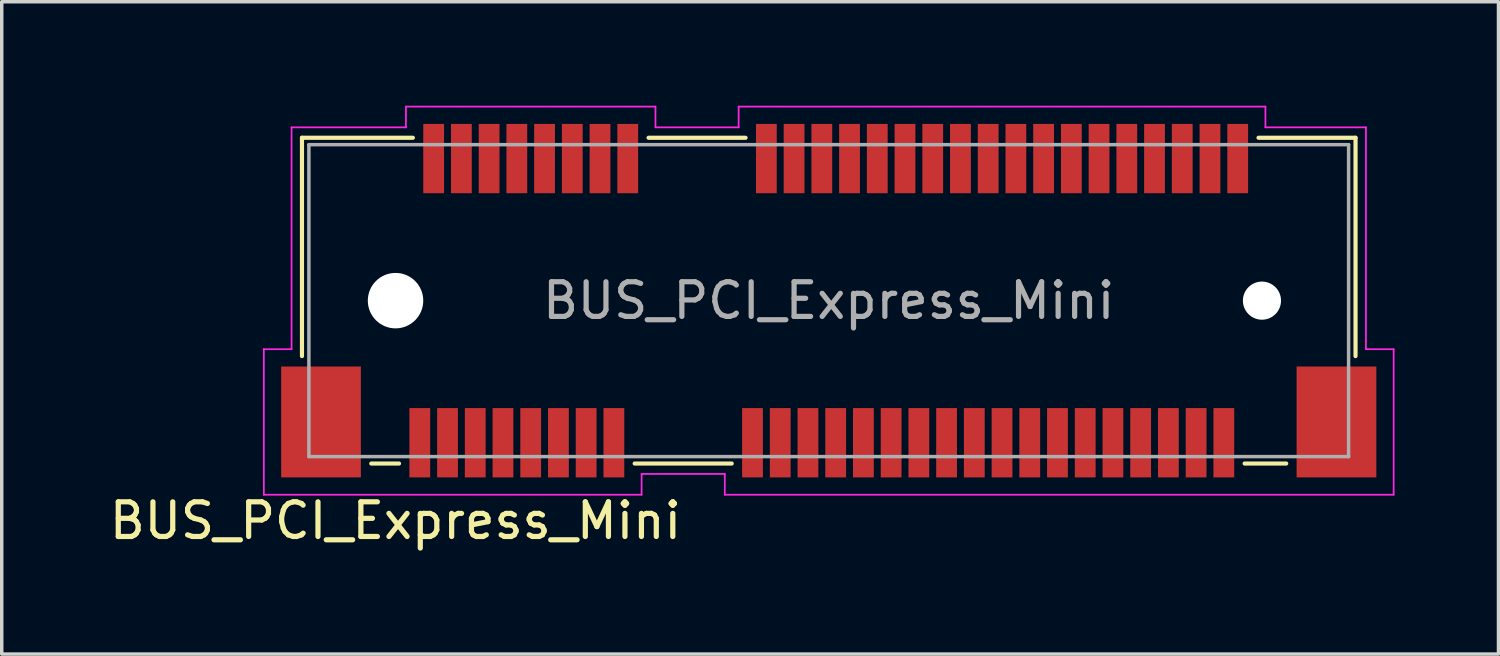
<source format=kicad_pcb>
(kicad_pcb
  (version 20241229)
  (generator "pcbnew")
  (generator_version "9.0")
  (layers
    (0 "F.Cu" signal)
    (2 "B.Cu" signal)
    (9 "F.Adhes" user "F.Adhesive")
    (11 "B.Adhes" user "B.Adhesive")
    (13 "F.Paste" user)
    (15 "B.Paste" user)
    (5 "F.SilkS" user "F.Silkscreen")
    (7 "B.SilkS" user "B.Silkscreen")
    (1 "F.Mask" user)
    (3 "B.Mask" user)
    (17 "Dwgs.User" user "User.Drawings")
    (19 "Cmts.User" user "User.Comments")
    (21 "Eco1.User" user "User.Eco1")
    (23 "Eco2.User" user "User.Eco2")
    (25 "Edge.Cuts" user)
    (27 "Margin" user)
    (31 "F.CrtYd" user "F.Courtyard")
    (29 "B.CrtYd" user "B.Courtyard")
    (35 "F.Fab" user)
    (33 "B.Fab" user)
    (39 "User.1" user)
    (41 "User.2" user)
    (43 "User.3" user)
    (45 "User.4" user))
  (footprint "BUS_PCI_Express_Mini"
    (layer "F.Cu")
    (at 20.863 5.625)
    (property "Reference" "BUS_PCI_Express_Mini" (at -12.5 6.35 180) (layer "F.SilkS") (effects (font (size 1 1) (thickness 0.15))))
    (attr smd)
    (fp_line (start -15.2 -4.7) (end -15.2 1.6) (stroke (width 0.12) (type solid)) (layer "F.SilkS"))
    (fp_line (start -13.2 4.7) (end -12.4 4.7) (stroke (width 0.12) (type solid)) (layer "F.SilkS"))
    (fp_line (start -12 -4.7) (end -15.2 -4.7) (stroke (width 0.12) (type solid)) (layer "F.SilkS"))
    (fp_line (start -5.6 4.7) (end -2.8 4.7) (stroke (width 0.12) (type solid)) (layer "F.SilkS"))
    (fp_line (start -2.4 -4.7) (end -5.2 -4.7) (stroke (width 0.12) (type solid)) (layer "F.SilkS"))
    (fp_line (start 12 4.7) (end 13.2 4.7) (stroke (width 0.12) (type solid)) (layer "F.SilkS"))
    (fp_line (start 15.2 -4.7) (end 12.4 -4.7) (stroke (width 0.12) (type solid)) (layer "F.SilkS"))
    (fp_line (start 15.2 1.6) (end 15.2 -4.7) (stroke (width 0.12) (type solid)) (layer "F.SilkS"))
    (fp_line (start -16.3 1.4) (end -15.5 1.4) (stroke (width 0.05) (type solid)) (layer "F.CrtYd"))
    (fp_line (start -16.3 5.6) (end -16.3 1.4) (stroke (width 0.05) (type solid)) (layer "F.CrtYd"))
    (fp_line (start -16.3 5.6) (end -5.4 5.6) (stroke (width 0.05) (type solid)) (layer "F.CrtYd"))
    (fp_line (start -15.5 -5) (end -12.2 -5) (stroke (width 0.05) (type default)) (layer "F.CrtYd"))
    (fp_line (start -15.5 1.4) (end -15.5 -5) (stroke (width 0.05) (type default)) (layer "F.CrtYd"))
    (fp_line (start -12.2 -5) (end -12.2 -5.6) (stroke (width 0.05) (type solid)) (layer "F.CrtYd"))
    (fp_line (start -5.4 5) (end -5.4 5.6) (stroke (width 0.05) (type solid)) (layer "F.CrtYd"))
    (fp_line (start -5.4 5) (end -3 5) (stroke (width 0.05) (type solid)) (layer "F.CrtYd"))
    (fp_line (start -5 -5.6) (end -12.2 -5.6) (stroke (width 0.05) (type solid)) (layer "F.CrtYd"))
    (fp_line (start -5 -5) (end -5 -5.6) (stroke (width 0.05) (type solid)) (layer "F.CrtYd"))
    (fp_line (start -5 -5) (end -2.6 -5) (stroke (width 0.05) (type default)) (layer "F.CrtYd"))
    (fp_line (start -3 5) (end -3 5.6) (stroke (width 0.05) (type solid)) (layer "F.CrtYd"))
    (fp_line (start -3 5.6) (end 16.3 5.6) (stroke (width 0.05) (type solid)) (layer "F.CrtYd"))
    (fp_line (start -2.6 -5.6) (end 12.6 -5.6) (stroke (width 0.05) (type solid)) (layer "F.CrtYd"))
    (fp_line (start -2.6 -5) (end -2.6 -5.6) (stroke (width 0.05) (type solid)) (layer "F.CrtYd"))
    (fp_line (start 12.6 -5) (end 12.6 -5.6) (stroke (width 0.05) (type solid)) (layer "F.CrtYd"))
    (fp_line (start 12.6 -5) (end 15.5 -5) (stroke (width 0.05) (type default)) (layer "F.CrtYd"))
    (fp_line (start 15.5 1.4) (end 15.5 -5) (stroke (width 0.05) (type default)) (layer "F.CrtYd"))
    (fp_line (start 15.5 1.4) (end 16.3 1.4) (stroke (width 0.05) (type solid)) (layer "F.CrtYd"))
    (fp_line (start 16.3 1.4) (end 16.3 5.6) (stroke (width 0.05) (type solid)) (layer "F.CrtYd"))
    (fp_line (start -15 -4.5) (end -15 4.5) (stroke (width 0.1) (type solid)) (layer "F.Fab"))
    (fp_line (start -15 4.5) (end 15 4.5) (stroke (width 0.1) (type solid)) (layer "F.Fab"))
    (fp_line (start 15 -4.5) (end -15 -4.5) (stroke (width 0.1) (type solid)) (layer "F.Fab"))
    (fp_line (start 15 4.5) (end 15 -4.5) (stroke (width 0.1) (type solid)) (layer "F.Fab"))
    (fp_text user "${REFERENCE}" (at 0 0 0) (layer "F.Fab") (effects (font (size 1 1) (thickness 0.15))))
    (pad "" np_thru_hole circle (at -12.5 0) (size 1.6 1.6) (drill 1.6) (layers "*.Cu" "*.Mask"))
    (pad "" np_thru_hole circle (at 12.5 0) (size 1.1 1.1) (drill 1.1) (layers "*.Cu" "*.Mask"))
    (pad "1" smd rect (at -11.8 4.1) (size 0.6 2) (layers "F.Cu" "F.Mask" "F.Paste"))
    (pad "2" smd rect (at -11.4 -4.1) (size 0.6 2) (layers "F.Cu" "F.Mask" "F.Paste"))
    (pad "3" smd rect (at -11 4.1) (size 0.6 2) (layers "F.Cu" "F.Mask" "F.Paste"))
    (pad "4" smd rect (at -10.6 -4.1) (size 0.6 2) (layers "F.Cu" "F.Mask" "F.Paste"))
    (pad "5" smd rect (at -10.2 4.1) (size 0.6 2) (layers "F.Cu" "F.Mask" "F.Paste"))
    (pad "6" smd rect (at -9.8 -4.1) (size 0.6 2) (layers "F.Cu" "F.Mask" "F.Paste"))
    (pad "7" smd rect (at -9.4 4.1) (size 0.6 2) (layers "F.Cu" "F.Mask" "F.Paste"))
    (pad "8" smd rect (at -9 -4.1) (size 0.6 2) (layers "F.Cu" "F.Mask" "F.Paste"))
    (pad "9" smd rect (at -8.6 4.1) (size 0.6 2) (layers "F.Cu" "F.Mask" "F.Paste"))
    (pad "10" smd rect (at -8.2 -4.1) (size 0.6 2) (layers "F.Cu" "F.Mask" "F.Paste"))
    (pad "11" smd rect (at -7.8 4.1) (size 0.6 2) (layers "F.Cu" "F.Mask" "F.Paste"))
    (pad "12" smd rect (at -7.4 -4.1) (size 0.6 2) (layers "F.Cu" "F.Mask" "F.Paste"))
    (pad "13" smd rect (at -7 4.1) (size 0.6 2) (layers "F.Cu" "F.Mask" "F.Paste"))
    (pad "14" smd rect (at -6.6 -4.1) (size 0.6 2) (layers "F.Cu" "F.Mask" "F.Paste"))
    (pad "15" smd rect (at -6.2 4.1) (size 0.6 2) (layers "F.Cu" "F.Mask" "F.Paste"))
    (pad "16" smd rect (at -5.8 -4.1) (size 0.6 2) (layers "F.Cu" "F.Mask" "F.Paste"))
    (pad "17" smd rect (at -2.2 4.1) (size 0.6 2) (layers "F.Cu" "F.Mask" "F.Paste"))
    (pad "18" smd rect (at -1.8 -4.1) (size 0.6 2) (layers "F.Cu" "F.Mask" "F.Paste"))
    (pad "19" smd rect (at -1.4 4.1) (size 0.6 2) (layers "F.Cu" "F.Mask" "F.Paste"))
    (pad "20" smd rect (at -1 -4.1) (size 0.6 2) (layers "F.Cu" "F.Mask" "F.Paste"))
    (pad "21" smd rect (at -0.6 4.1) (size 0.6 2) (layers "F.Cu" "F.Mask" "F.Paste"))
    (pad "22" smd rect (at -0.2 -4.1) (size 0.6 2) (layers "F.Cu" "F.Mask" "F.Paste"))
    (pad "23" smd rect (at 0.2 4.1) (size 0.6 2) (layers "F.Cu" "F.Mask" "F.Paste"))
    (pad "24" smd rect (at 0.6 -4.1) (size 0.6 2) (layers "F.Cu" "F.Mask" "F.Paste"))
    (pad "25" smd rect (at 1 4.1) (size 0.6 2) (layers "F.Cu" "F.Mask" "F.Paste"))
    (pad "26" smd rect (at 1.4 -4.1) (size 0.6 2) (layers "F.Cu" "F.Mask" "F.Paste"))
    (pad "27" smd rect (at 1.8 4.1) (size 0.6 2) (layers "F.Cu" "F.Mask" "F.Paste"))
    (pad "28" smd rect (at 2.2 -4.1) (size 0.6 2) (layers "F.Cu" "F.Mask" "F.Paste"))
    (pad "29" smd rect (at 2.6 4.1) (size 0.6 2) (layers "F.Cu" "F.Mask" "F.Paste"))
    (pad "30" smd rect (at 3 -4.1) (size 0.6 2) (layers "F.Cu" "F.Mask" "F.Paste"))
    (pad "31" smd rect (at 3.4 4.1) (size 0.6 2) (layers "F.Cu" "F.Mask" "F.Paste"))
    (pad "32" smd rect (at 3.8 -4.1) (size 0.6 2) (layers "F.Cu" "F.Mask" "F.Paste"))
    (pad "33" smd rect (at 4.2 4.1) (size 0.6 2) (layers "F.Cu" "F.Mask" "F.Paste"))
    (pad "34" smd rect (at 4.6 -4.1) (size 0.6 2) (layers "F.Cu" "F.Mask" "F.Paste"))
    (pad "35" smd rect (at 5 4.1) (size 0.6 2) (layers "F.Cu" "F.Mask" "F.Paste"))
    (pad "36" smd rect (at 5.4 -4.1) (size 0.6 2) (layers "F.Cu" "F.Mask" "F.Paste"))
    (pad "37" smd rect (at 5.8 4.1) (size 0.6 2) (layers "F.Cu" "F.Mask" "F.Paste"))
    (pad "38" smd rect (at 6.2 -4.1) (size 0.6 2) (layers "F.Cu" "F.Mask" "F.Paste"))
    (pad "39" smd rect (at 6.6 4.1) (size 0.6 2) (layers "F.Cu" "F.Mask" "F.Paste"))
    (pad "40" smd rect (at 7 -4.1) (size 0.6 2) (layers "F.Cu" "F.Mask" "F.Paste"))
    (pad "41" smd rect (at 7.4 4.1) (size 0.6 2) (layers "F.Cu" "F.Mask" "F.Paste"))
    (pad "42" smd rect (at 7.8 -4.1) (size 0.6 2) (layers "F.Cu" "F.Mask" "F.Paste"))
    (pad "43" smd rect (at 8.2 4.1) (size 0.6 2) (layers "F.Cu" "F.Mask" "F.Paste"))
    (pad "44" smd rect (at 8.6 -4.1) (size 0.6 2) (layers "F.Cu" "F.Mask" "F.Paste"))
    (pad "45" smd rect (at 9 4.1) (size 0.6 2) (layers "F.Cu" "F.Mask" "F.Paste"))
    (pad "46" smd rect (at 9.4 -4.1) (size 0.6 2) (layers "F.Cu" "F.Mask" "F.Paste"))
    (pad "47" smd rect (at 9.8 4.1) (size 0.6 2) (layers "F.Cu" "F.Mask" "F.Paste"))
    (pad "48" smd rect (at 10.2 -4.1) (size 0.6 2) (layers "F.Cu" "F.Mask" "F.Paste"))
    (pad "49" smd rect (at 10.6 4.1) (size 0.6 2) (layers "F.Cu" "F.Mask" "F.Paste"))
    (pad "50" smd rect (at 11 -4.1) (size 0.6 2) (layers "F.Cu" "F.Mask" "F.Paste"))
    (pad "51" smd rect (at 11.4 4.1) (size 0.6 2) (layers "F.Cu" "F.Mask" "F.Paste"))
    (pad "52" smd rect (at 11.8 -4.1) (size 0.6 2) (layers "F.Cu" "F.Mask" "F.Paste"))
    (pad "MP" smd rect (at -14.65 3.5) (size 2.3 3.2) (layers "F.Cu" "F.Mask" "F.Paste"))
    (pad "MP" smd rect (at 14.65 3.5) (size 2.3 3.2) (layers "F.Cu" "F.Mask" "F.Paste")))
  (gr_rect
    (start -3 -3)
    (end 40.188 15.823)
    (stroke (width 0.1) (type default))
    (fill no)
    (layer "Edge.Cuts")))
</source>
